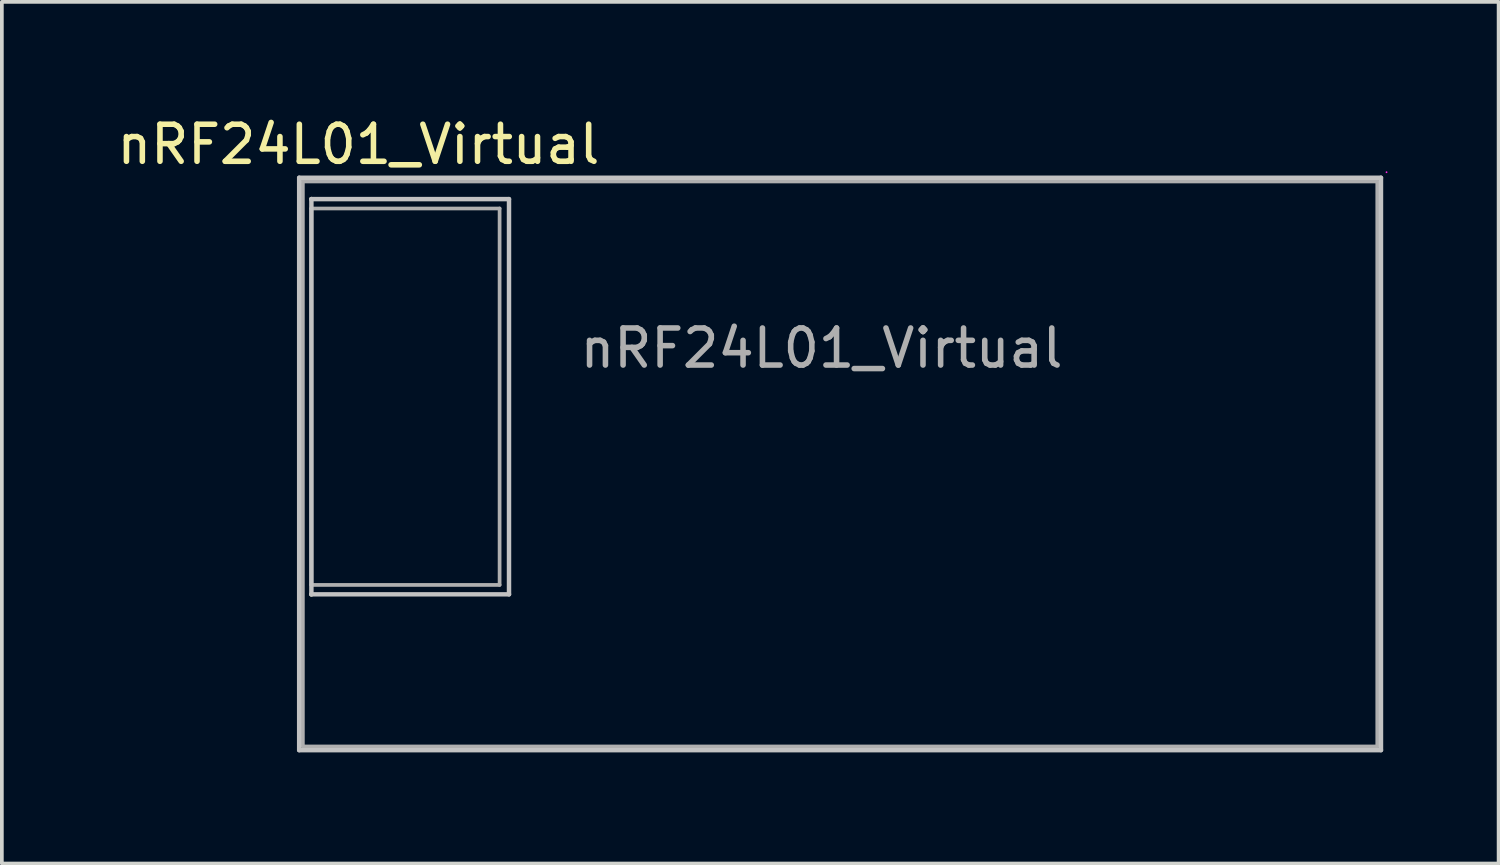
<source format=kicad_pcb>
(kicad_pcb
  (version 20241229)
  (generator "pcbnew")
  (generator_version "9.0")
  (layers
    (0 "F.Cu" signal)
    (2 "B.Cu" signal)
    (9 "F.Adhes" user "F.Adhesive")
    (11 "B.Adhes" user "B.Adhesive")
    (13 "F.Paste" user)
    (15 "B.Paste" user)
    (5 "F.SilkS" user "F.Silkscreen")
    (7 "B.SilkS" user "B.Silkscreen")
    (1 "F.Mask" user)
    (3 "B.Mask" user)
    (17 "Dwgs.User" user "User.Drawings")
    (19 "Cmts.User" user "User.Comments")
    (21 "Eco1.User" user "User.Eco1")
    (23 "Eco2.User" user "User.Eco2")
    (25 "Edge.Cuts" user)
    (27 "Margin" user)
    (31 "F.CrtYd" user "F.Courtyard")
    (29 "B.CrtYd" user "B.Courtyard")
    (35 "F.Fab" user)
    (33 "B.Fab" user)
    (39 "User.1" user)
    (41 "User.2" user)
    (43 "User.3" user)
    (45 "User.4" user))
  (footprint "nRF24L01_Virtual"
    (layer "F.Cu")
    (at 6.625 3.848)
    (property "Reference" "nRF24L01_Virtual" (at 0 -3 0) (layer "F.SilkS") (effects (font (size 1 1) (thickness 0.15))))
    (fp_line (start -1.27 -1.524) (end -1.27 -1.524) (stroke (width 0.12) (type solid)) (layer "F.SilkS"))
    (fp_line (start -1.27 9.144) (end -1.27 9.144) (stroke (width 0.12) (type solid)) (layer "F.SilkS"))
    (fp_line (start -1.6 -2.1) (end 27.6 -2.1) (stroke (width 0.12) (type solid)) (layer "Dwgs.User"))
    (fp_line (start -1.6 13.35) (end -1.6 -2.1) (stroke (width 0.12) (type solid)) (layer "Dwgs.User"))
    (fp_line (start -1.27 -1.524) (end 4.064 -1.524) (stroke (width 0.12) (type solid)) (layer "Dwgs.User"))
    (fp_line (start -1.27 9.144) (end -1.27 -1.524) (stroke (width 0.12) (type solid)) (layer "Dwgs.User"))
    (fp_line (start 4.064 -1.524) (end 4.064 9.144) (stroke (width 0.12) (type solid)) (layer "Dwgs.User"))
    (fp_line (start 4.064 9.144) (end -1.27 9.144) (stroke (width 0.12) (type solid)) (layer "Dwgs.User"))
    (fp_line (start 27.6 -2.1) (end 27.6 13.35) (stroke (width 0.12) (type solid)) (layer "Dwgs.User"))
    (fp_line (start 27.6 13.35) (end -1.6 13.35) (stroke (width 0.12) (type solid)) (layer "Dwgs.User"))
    (fp_line (start 27.75 -2.25) (end 27.75 -2.25) (stroke (width 0.05) (type solid)) (layer "F.CrtYd"))
    (fp_line (start -1.5 -2) (end -1.5 -2) (stroke (width 0.1) (type solid)) (layer "F.Fab"))
    (fp_line (start -1.5 -2) (end 27.5 -2) (stroke (width 0.1) (type solid)) (layer "F.Fab"))
    (fp_line (start -1.5 13.25) (end -1.5 -2) (stroke (width 0.1) (type solid)) (layer "F.Fab"))
    (fp_line (start -1.27 -1.27) (end -1.27 -1.27) (stroke (width 0.1) (type solid)) (layer "F.Fab"))
    (fp_line (start -1.27 -1.27) (end 3.81 -1.27) (stroke (width 0.1) (type solid)) (layer "F.Fab"))
    (fp_line (start -1.27 8.89) (end -1.27 -1.27) (stroke (width 0.1) (type solid)) (layer "F.Fab"))
    (fp_line (start 3.81 -1.27) (end 3.81 8.89) (stroke (width 0.1) (type solid)) (layer "F.Fab"))
    (fp_line (start 3.81 8.89) (end -1.27 8.89) (stroke (width 0.1) (type solid)) (layer "F.Fab"))
    (fp_line (start 27.5 -2) (end 27.5 13.25) (stroke (width 0.1) (type solid)) (layer "F.Fab"))
    (fp_line (start 27.5 13.25) (end -1.5 13.25) (stroke (width 0.1) (type solid)) (layer "F.Fab"))
    (fp_text user "${REFERENCE}" (at 12.5 2.5 0) (layer "F.Fab") (effects (font (size 1 1) (thickness 0.15)))))
  (gr_rect
    (start -3 -3)
    (end 37.4 20.258)
    (stroke (width 0.1) (type default))
    (fill no)
    (layer "Edge.Cuts")))
</source>
